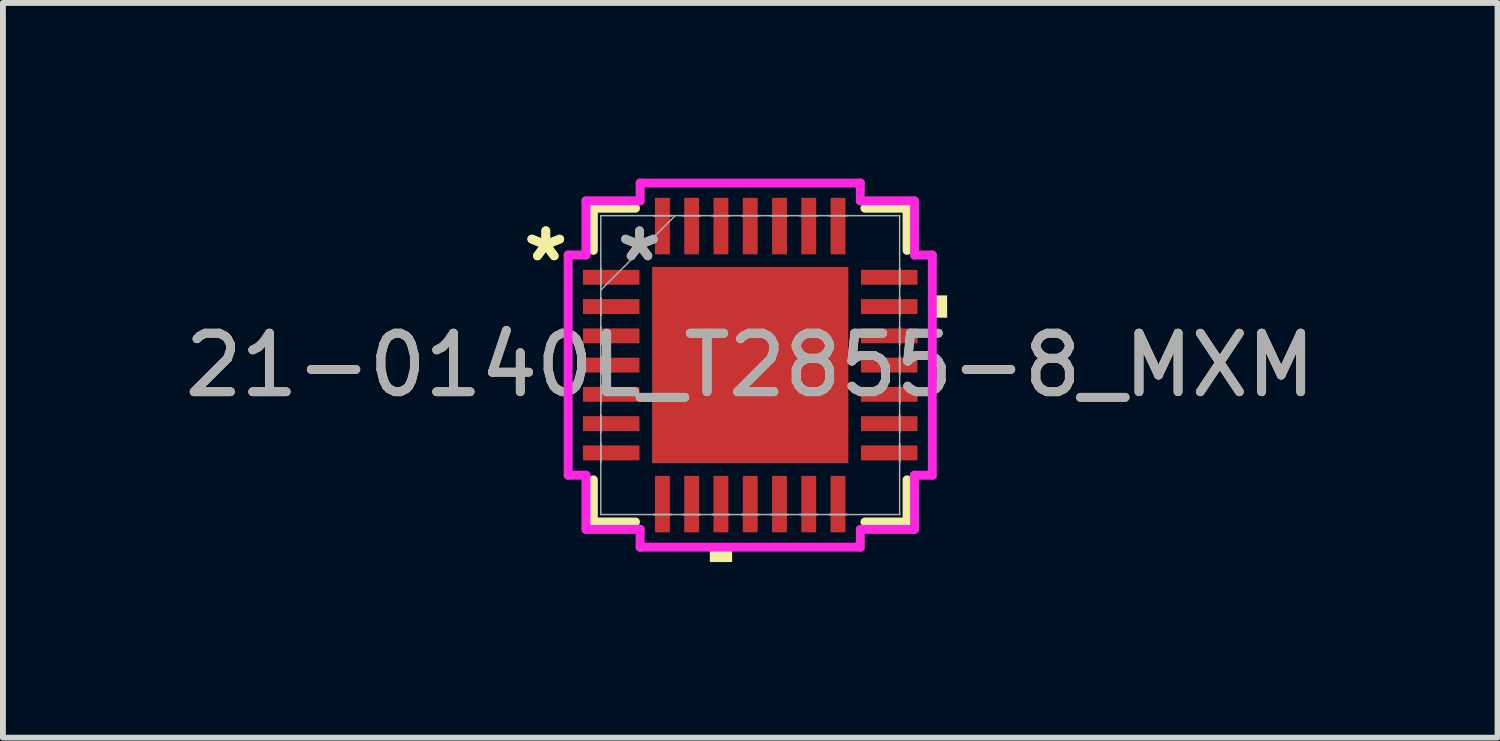
<source format=kicad_pcb>
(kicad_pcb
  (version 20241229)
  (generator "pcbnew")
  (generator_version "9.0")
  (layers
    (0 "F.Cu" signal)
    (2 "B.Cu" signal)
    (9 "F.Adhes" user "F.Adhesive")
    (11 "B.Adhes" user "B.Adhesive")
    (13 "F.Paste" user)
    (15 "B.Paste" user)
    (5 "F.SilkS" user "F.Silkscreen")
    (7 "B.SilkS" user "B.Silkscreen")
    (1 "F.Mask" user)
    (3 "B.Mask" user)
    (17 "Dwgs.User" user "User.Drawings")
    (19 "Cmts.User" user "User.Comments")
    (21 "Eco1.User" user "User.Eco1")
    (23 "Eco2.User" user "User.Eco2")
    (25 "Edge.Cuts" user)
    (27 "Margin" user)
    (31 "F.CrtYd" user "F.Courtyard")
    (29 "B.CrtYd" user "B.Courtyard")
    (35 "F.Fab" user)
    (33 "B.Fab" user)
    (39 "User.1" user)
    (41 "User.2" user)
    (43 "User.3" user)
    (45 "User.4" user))
  (footprint "21-0140L_T2855-8_MXM"
    (layer "F.Cu")
    (at 9.768 3.188)
    (property "Reference" "21-0140L_T2855-8_MXM" (at 0 0 0) (unlocked yes) (layer "F.SilkS") (effects (font (size 1 1) (thickness 0.15))))
    (attr smd)
    (fp_line (start -2.68 -2.68) (end -2.68 -1.96) (stroke (width 0.152) (type solid)) (layer "F.SilkS"))
    (fp_line (start -2.68 1.96) (end -2.68 2.68) (stroke (width 0.152) (type solid)) (layer "F.SilkS"))
    (fp_line (start -2.68 2.68) (end -1.96 2.68) (stroke (width 0.152) (type solid)) (layer "F.SilkS"))
    (fp_line (start -1.96 -2.68) (end -2.68 -2.68) (stroke (width 0.152) (type solid)) (layer "F.SilkS"))
    (fp_line (start 1.96 2.68) (end 2.68 2.68) (stroke (width 0.152) (type solid)) (layer "F.SilkS"))
    (fp_line (start 2.68 -2.68) (end 1.96 -2.68) (stroke (width 0.152) (type solid)) (layer "F.SilkS"))
    (fp_line (start 2.68 -1.96) (end 2.68 -2.68) (stroke (width 0.152) (type solid)) (layer "F.SilkS"))
    (fp_line (start 2.68 2.68) (end 2.68 1.96) (stroke (width 0.152) (type solid)) (layer "F.SilkS"))
    (fp_poly (pts (xy -0.69 3.111) (xy -0.69 3.365) (xy -0.309 3.365) (xy -0.309 3.111)) (stroke (width 0) (type solid)) (fill yes) (layer "F.SilkS"))
    (fp_poly (pts (xy 3.365 -1.191) (xy 3.365 -0.81) (xy 3.111 -0.81) (xy 3.111 -1.191)) (stroke (width 0) (type solid)) (fill yes) (layer "F.SilkS"))
    (fp_poly (pts (xy -1.576 -1.576) (xy -1.576 -0.1) (xy -0.1 -0.1) (xy -0.1 -1.576)) (stroke (width 0) (type solid)) (fill yes) (layer "F.Paste"))
    (fp_poly (pts (xy -1.576 0.1) (xy -1.576 1.576) (xy -0.1 1.576) (xy -0.1 0.1)) (stroke (width 0) (type solid)) (fill yes) (layer "F.Paste"))
    (fp_poly (pts (xy 0.1 -1.576) (xy 0.1 -0.1) (xy 1.576 -0.1) (xy 1.576 -1.576)) (stroke (width 0) (type solid)) (fill yes) (layer "F.Paste"))
    (fp_poly (pts (xy 0.1 0.1) (xy 0.1 1.576) (xy 1.576 1.576) (xy 1.576 0.1)) (stroke (width 0) (type solid)) (fill yes) (layer "F.Paste"))
    (fp_line (start -3.111 -1.881) (end -2.807 -1.881) (stroke (width 0.152) (type solid)) (layer "F.CrtYd"))
    (fp_line (start -3.111 1.881) (end -3.111 -1.881) (stroke (width 0.152) (type solid)) (layer "F.CrtYd"))
    (fp_line (start -2.807 -2.807) (end -1.881 -2.807) (stroke (width 0.152) (type solid)) (layer "F.CrtYd"))
    (fp_line (start -2.807 -1.881) (end -2.807 -2.807) (stroke (width 0.152) (type solid)) (layer "F.CrtYd"))
    (fp_line (start -2.807 1.881) (end -3.111 1.881) (stroke (width 0.152) (type solid)) (layer "F.CrtYd"))
    (fp_line (start -2.807 2.807) (end -2.807 1.881) (stroke (width 0.152) (type solid)) (layer "F.CrtYd"))
    (fp_line (start -1.881 -3.111) (end 1.881 -3.111) (stroke (width 0.152) (type solid)) (layer "F.CrtYd"))
    (fp_line (start -1.881 -2.807) (end -1.881 -3.111) (stroke (width 0.152) (type solid)) (layer "F.CrtYd"))
    (fp_line (start -1.881 2.807) (end -2.807 2.807) (stroke (width 0.152) (type solid)) (layer "F.CrtYd"))
    (fp_line (start -1.881 3.111) (end -1.881 2.807) (stroke (width 0.152) (type solid)) (layer "F.CrtYd"))
    (fp_line (start 1.881 -3.111) (end 1.881 -2.807) (stroke (width 0.152) (type solid)) (layer "F.CrtYd"))
    (fp_line (start 1.881 -2.807) (end 2.807 -2.807) (stroke (width 0.152) (type solid)) (layer "F.CrtYd"))
    (fp_line (start 1.881 2.807) (end 1.881 3.111) (stroke (width 0.152) (type solid)) (layer "F.CrtYd"))
    (fp_line (start 1.881 3.111) (end -1.881 3.111) (stroke (width 0.152) (type solid)) (layer "F.CrtYd"))
    (fp_line (start 2.807 -2.807) (end 2.807 -1.881) (stroke (width 0.152) (type solid)) (layer "F.CrtYd"))
    (fp_line (start 2.807 -1.881) (end 3.111 -1.881) (stroke (width 0.152) (type solid)) (layer "F.CrtYd"))
    (fp_line (start 2.807 1.881) (end 2.807 2.807) (stroke (width 0.152) (type solid)) (layer "F.CrtYd"))
    (fp_line (start 2.807 2.807) (end 1.881 2.807) (stroke (width 0.152) (type solid)) (layer "F.CrtYd"))
    (fp_line (start 3.111 -1.881) (end 3.111 1.881) (stroke (width 0.152) (type solid)) (layer "F.CrtYd"))
    (fp_line (start 3.111 1.881) (end 2.807 1.881) (stroke (width 0.152) (type solid)) (layer "F.CrtYd"))
    (fp_line (start -2.553 -2.553) (end -2.553 -2.553) (stroke (width 0.025) (type solid)) (layer "F.Fab"))
    (fp_line (start -2.553 -2.553) (end -2.553 2.553) (stroke (width 0.025) (type solid)) (layer "F.Fab"))
    (fp_line (start -2.553 -1.652) (end -2.553 -1.652) (stroke (width 0.025) (type solid)) (layer "F.Fab"))
    (fp_line (start -2.553 -1.652) (end -2.553 -1.348) (stroke (width 0.025) (type solid)) (layer "F.Fab"))
    (fp_line (start -2.553 -1.348) (end -2.553 -1.652) (stroke (width 0.025) (type solid)) (layer "F.Fab"))
    (fp_line (start -2.553 -1.348) (end -2.553 -1.348) (stroke (width 0.025) (type solid)) (layer "F.Fab"))
    (fp_line (start -2.553 -1.283) (end -1.283 -2.553) (stroke (width 0.025) (type solid)) (layer "F.Fab"))
    (fp_line (start -2.553 -1.152) (end -2.553 -1.152) (stroke (width 0.025) (type solid)) (layer "F.Fab"))
    (fp_line (start -2.553 -1.152) (end -2.553 -0.848) (stroke (width 0.025) (type solid)) (layer "F.Fab"))
    (fp_line (start -2.553 -0.848) (end -2.553 -1.152) (stroke (width 0.025) (type solid)) (layer "F.Fab"))
    (fp_line (start -2.553 -0.848) (end -2.553 -0.848) (stroke (width 0.025) (type solid)) (layer "F.Fab"))
    (fp_line (start -2.553 -0.652) (end -2.553 -0.652) (stroke (width 0.025) (type solid)) (layer "F.Fab"))
    (fp_line (start -2.553 -0.652) (end -2.553 -0.348) (stroke (width 0.025) (type solid)) (layer "F.Fab"))
    (fp_line (start -2.553 -0.348) (end -2.553 -0.652) (stroke (width 0.025) (type solid)) (layer "F.Fab"))
    (fp_line (start -2.553 -0.348) (end -2.553 -0.348) (stroke (width 0.025) (type solid)) (layer "F.Fab"))
    (fp_line (start -2.553 -0.152) (end -2.553 -0.152) (stroke (width 0.025) (type solid)) (layer "F.Fab"))
    (fp_line (start -2.553 -0.152) (end -2.553 0.152) (stroke (width 0.025) (type solid)) (layer "F.Fab"))
    (fp_line (start -2.553 0.152) (end -2.553 -0.152) (stroke (width 0.025) (type solid)) (layer "F.Fab"))
    (fp_line (start -2.553 0.152) (end -2.553 0.152) (stroke (width 0.025) (type solid)) (layer "F.Fab"))
    (fp_line (start -2.553 0.348) (end -2.553 0.348) (stroke (width 0.025) (type solid)) (layer "F.Fab"))
    (fp_line (start -2.553 0.348) (end -2.553 0.652) (stroke (width 0.025) (type solid)) (layer "F.Fab"))
    (fp_line (start -2.553 0.652) (end -2.553 0.348) (stroke (width 0.025) (type solid)) (layer "F.Fab"))
    (fp_line (start -2.553 0.652) (end -2.553 0.652) (stroke (width 0.025) (type solid)) (layer "F.Fab"))
    (fp_line (start -2.553 0.848) (end -2.553 0.848) (stroke (width 0.025) (type solid)) (layer "F.Fab"))
    (fp_line (start -2.553 0.848) (end -2.553 1.152) (stroke (width 0.025) (type solid)) (layer "F.Fab"))
    (fp_line (start -2.553 1.152) (end -2.553 0.848) (stroke (width 0.025) (type solid)) (layer "F.Fab"))
    (fp_line (start -2.553 1.152) (end -2.553 1.152) (stroke (width 0.025) (type solid)) (layer "F.Fab"))
    (fp_line (start -2.553 1.348) (end -2.553 1.348) (stroke (width 0.025) (type solid)) (layer "F.Fab"))
    (fp_line (start -2.553 1.348) (end -2.553 1.652) (stroke (width 0.025) (type solid)) (layer "F.Fab"))
    (fp_line (start -2.553 1.652) (end -2.553 1.348) (stroke (width 0.025) (type solid)) (layer "F.Fab"))
    (fp_line (start -2.553 1.652) (end -2.553 1.652) (stroke (width 0.025) (type solid)) (layer "F.Fab"))
    (fp_line (start -2.553 2.553) (end -2.553 2.553) (stroke (width 0.025) (type solid)) (layer "F.Fab"))
    (fp_line (start -2.553 2.553) (end 2.553 2.553) (stroke (width 0.025) (type solid)) (layer "F.Fab"))
    (fp_line (start -1.652 -2.553) (end -1.652 -2.553) (stroke (width 0.025) (type solid)) (layer "F.Fab"))
    (fp_line (start -1.652 -2.553) (end -1.348 -2.553) (stroke (width 0.025) (type solid)) (layer "F.Fab"))
    (fp_line (start -1.652 2.553) (end -1.652 2.553) (stroke (width 0.025) (type solid)) (layer "F.Fab"))
    (fp_line (start -1.652 2.553) (end -1.348 2.553) (stroke (width 0.025) (type solid)) (layer "F.Fab"))
    (fp_line (start -1.348 -2.553) (end -1.652 -2.553) (stroke (width 0.025) (type solid)) (layer "F.Fab"))
    (fp_line (start -1.348 -2.553) (end -1.348 -2.553) (stroke (width 0.025) (type solid)) (layer "F.Fab"))
    (fp_line (start -1.348 2.553) (end -1.652 2.553) (stroke (width 0.025) (type solid)) (layer "F.Fab"))
    (fp_line (start -1.348 2.553) (end -1.348 2.553) (stroke (width 0.025) (type solid)) (layer "F.Fab"))
    (fp_line (start -1.152 -2.553) (end -1.152 -2.553) (stroke (width 0.025) (type solid)) (layer "F.Fab"))
    (fp_line (start -1.152 -2.553) (end -0.848 -2.553) (stroke (width 0.025) (type solid)) (layer "F.Fab"))
    (fp_line (start -1.152 2.553) (end -1.152 2.553) (stroke (width 0.025) (type solid)) (layer "F.Fab"))
    (fp_line (start -1.152 2.553) (end -0.848 2.553) (stroke (width 0.025) (type solid)) (layer "F.Fab"))
    (fp_line (start -0.848 -2.553) (end -1.152 -2.553) (stroke (width 0.025) (type solid)) (layer "F.Fab"))
    (fp_line (start -0.848 -2.553) (end -0.848 -2.553) (stroke (width 0.025) (type solid)) (layer "F.Fab"))
    (fp_line (start -0.848 2.553) (end -1.152 2.553) (stroke (width 0.025) (type solid)) (layer "F.Fab"))
    (fp_line (start -0.848 2.553) (end -0.848 2.553) (stroke (width 0.025) (type solid)) (layer "F.Fab"))
    (fp_line (start -0.652 -2.553) (end -0.652 -2.553) (stroke (width 0.025) (type solid)) (layer "F.Fab"))
    (fp_line (start -0.652 -2.553) (end -0.348 -2.553) (stroke (width 0.025) (type solid)) (layer "F.Fab"))
    (fp_line (start -0.652 2.553) (end -0.652 2.553) (stroke (width 0.025) (type solid)) (layer "F.Fab"))
    (fp_line (start -0.652 2.553) (end -0.348 2.553) (stroke (width 0.025) (type solid)) (layer "F.Fab"))
    (fp_line (start -0.348 -2.553) (end -0.652 -2.553) (stroke (width 0.025) (type solid)) (layer "F.Fab"))
    (fp_line (start -0.348 -2.553) (end -0.348 -2.553) (stroke (width 0.025) (type solid)) (layer "F.Fab"))
    (fp_line (start -0.348 2.553) (end -0.652 2.553) (stroke (width 0.025) (type solid)) (layer "F.Fab"))
    (fp_line (start -0.348 2.553) (end -0.348 2.553) (stroke (width 0.025) (type solid)) (layer "F.Fab"))
    (fp_line (start -0.152 -2.553) (end -0.152 -2.553) (stroke (width 0.025) (type solid)) (layer "F.Fab"))
    (fp_line (start -0.152 -2.553) (end 0.152 -2.553) (stroke (width 0.025) (type solid)) (layer "F.Fab"))
    (fp_line (start -0.152 2.553) (end -0.152 2.553) (stroke (width 0.025) (type solid)) (layer "F.Fab"))
    (fp_line (start -0.152 2.553) (end 0.152 2.553) (stroke (width 0.025) (type solid)) (layer "F.Fab"))
    (fp_line (start 0.152 -2.553) (end -0.152 -2.553) (stroke (width 0.025) (type solid)) (layer "F.Fab"))
    (fp_line (start 0.152 -2.553) (end 0.152 -2.553) (stroke (width 0.025) (type solid)) (layer "F.Fab"))
    (fp_line (start 0.152 2.553) (end -0.152 2.553) (stroke (width 0.025) (type solid)) (layer "F.Fab"))
    (fp_line (start 0.152 2.553) (end 0.152 2.553) (stroke (width 0.025) (type solid)) (layer "F.Fab"))
    (fp_line (start 0.348 -2.553) (end 0.348 -2.553) (stroke (width 0.025) (type solid)) (layer "F.Fab"))
    (fp_line (start 0.348 -2.553) (end 0.652 -2.553) (stroke (width 0.025) (type solid)) (layer "F.Fab"))
    (fp_line (start 0.348 2.553) (end 0.348 2.553) (stroke (width 0.025) (type solid)) (layer "F.Fab"))
    (fp_line (start 0.348 2.553) (end 0.652 2.553) (stroke (width 0.025) (type solid)) (layer "F.Fab"))
    (fp_line (start 0.652 -2.553) (end 0.348 -2.553) (stroke (width 0.025) (type solid)) (layer "F.Fab"))
    (fp_line (start 0.652 -2.553) (end 0.652 -2.553) (stroke (width 0.025) (type solid)) (layer "F.Fab"))
    (fp_line (start 0.652 2.553) (end 0.348 2.553) (stroke (width 0.025) (type solid)) (layer "F.Fab"))
    (fp_line (start 0.652 2.553) (end 0.652 2.553) (stroke (width 0.025) (type solid)) (layer "F.Fab"))
    (fp_line (start 0.848 -2.553) (end 0.848 -2.553) (stroke (width 0.025) (type solid)) (layer "F.Fab"))
    (fp_line (start 0.848 -2.553) (end 1.152 -2.553) (stroke (width 0.025) (type solid)) (layer "F.Fab"))
    (fp_line (start 0.848 2.553) (end 0.848 2.553) (stroke (width 0.025) (type solid)) (layer "F.Fab"))
    (fp_line (start 0.848 2.553) (end 1.152 2.553) (stroke (width 0.025) (type solid)) (layer "F.Fab"))
    (fp_line (start 1.152 -2.553) (end 0.848 -2.553) (stroke (width 0.025) (type solid)) (layer "F.Fab"))
    (fp_line (start 1.152 -2.553) (end 1.152 -2.553) (stroke (width 0.025) (type solid)) (layer "F.Fab"))
    (fp_line (start 1.152 2.553) (end 0.848 2.553) (stroke (width 0.025) (type solid)) (layer "F.Fab"))
    (fp_line (start 1.152 2.553) (end 1.152 2.553) (stroke (width 0.025) (type solid)) (layer "F.Fab"))
    (fp_line (start 1.348 -2.553) (end 1.348 -2.553) (stroke (width 0.025) (type solid)) (layer "F.Fab"))
    (fp_line (start 1.348 -2.553) (end 1.652 -2.553) (stroke (width 0.025) (type solid)) (layer "F.Fab"))
    (fp_line (start 1.348 2.553) (end 1.348 2.553) (stroke (width 0.025) (type solid)) (layer "F.Fab"))
    (fp_line (start 1.348 2.553) (end 1.652 2.553) (stroke (width 0.025) (type solid)) (layer "F.Fab"))
    (fp_line (start 1.652 -2.553) (end 1.348 -2.553) (stroke (width 0.025) (type solid)) (layer "F.Fab"))
    (fp_line (start 1.652 -2.553) (end 1.652 -2.553) (stroke (width 0.025) (type solid)) (layer "F.Fab"))
    (fp_line (start 1.652 2.553) (end 1.348 2.553) (stroke (width 0.025) (type solid)) (layer "F.Fab"))
    (fp_line (start 1.652 2.553) (end 1.652 2.553) (stroke (width 0.025) (type solid)) (layer "F.Fab"))
    (fp_line (start 2.553 -2.553) (end -2.553 -2.553) (stroke (width 0.025) (type solid)) (layer "F.Fab"))
    (fp_line (start 2.553 -2.553) (end 2.553 -2.553) (stroke (width 0.025) (type solid)) (layer "F.Fab"))
    (fp_line (start 2.553 -1.652) (end 2.553 -1.652) (stroke (width 0.025) (type solid)) (layer "F.Fab"))
    (fp_line (start 2.553 -1.652) (end 2.553 -1.348) (stroke (width 0.025) (type solid)) (layer "F.Fab"))
    (fp_line (start 2.553 -1.348) (end 2.553 -1.652) (stroke (width 0.025) (type solid)) (layer "F.Fab"))
    (fp_line (start 2.553 -1.348) (end 2.553 -1.348) (stroke (width 0.025) (type solid)) (layer "F.Fab"))
    (fp_line (start 2.553 -1.152) (end 2.553 -1.152) (stroke (width 0.025) (type solid)) (layer "F.Fab"))
    (fp_line (start 2.553 -1.152) (end 2.553 -0.848) (stroke (width 0.025) (type solid)) (layer "F.Fab"))
    (fp_line (start 2.553 -0.848) (end 2.553 -1.152) (stroke (width 0.025) (type solid)) (layer "F.Fab"))
    (fp_line (start 2.553 -0.848) (end 2.553 -0.848) (stroke (width 0.025) (type solid)) (layer "F.Fab"))
    (fp_line (start 2.553 -0.652) (end 2.553 -0.652) (stroke (width 0.025) (type solid)) (layer "F.Fab"))
    (fp_line (start 2.553 -0.652) (end 2.553 -0.348) (stroke (width 0.025) (type solid)) (layer "F.Fab"))
    (fp_line (start 2.553 -0.348) (end 2.553 -0.652) (stroke (width 0.025) (type solid)) (layer "F.Fab"))
    (fp_line (start 2.553 -0.348) (end 2.553 -0.348) (stroke (width 0.025) (type solid)) (layer "F.Fab"))
    (fp_line (start 2.553 -0.152) (end 2.553 -0.152) (stroke (width 0.025) (type solid)) (layer "F.Fab"))
    (fp_line (start 2.553 -0.152) (end 2.553 0.152) (stroke (width 0.025) (type solid)) (layer "F.Fab"))
    (fp_line (start 2.553 0.152) (end 2.553 -0.152) (stroke (width 0.025) (type solid)) (layer "F.Fab"))
    (fp_line (start 2.553 0.152) (end 2.553 0.152) (stroke (width 0.025) (type solid)) (layer "F.Fab"))
    (fp_line (start 2.553 0.348) (end 2.553 0.348) (stroke (width 0.025) (type solid)) (layer "F.Fab"))
    (fp_line (start 2.553 0.348) (end 2.553 0.652) (stroke (width 0.025) (type solid)) (layer "F.Fab"))
    (fp_line (start 2.553 0.652) (end 2.553 0.348) (stroke (width 0.025) (type solid)) (layer "F.Fab"))
    (fp_line (start 2.553 0.652) (end 2.553 0.652) (stroke (width 0.025) (type solid)) (layer "F.Fab"))
    (fp_line (start 2.553 0.848) (end 2.553 0.848) (stroke (width 0.025) (type solid)) (layer "F.Fab"))
    (fp_line (start 2.553 0.848) (end 2.553 1.152) (stroke (width 0.025) (type solid)) (layer "F.Fab"))
    (fp_line (start 2.553 1.152) (end 2.553 0.848) (stroke (width 0.025) (type solid)) (layer "F.Fab"))
    (fp_line (start 2.553 1.152) (end 2.553 1.152) (stroke (width 0.025) (type solid)) (layer "F.Fab"))
    (fp_line (start 2.553 1.348) (end 2.553 1.348) (stroke (width 0.025) (type solid)) (layer "F.Fab"))
    (fp_line (start 2.553 1.348) (end 2.553 1.652) (stroke (width 0.025) (type solid)) (layer "F.Fab"))
    (fp_line (start 2.553 1.652) (end 2.553 1.348) (stroke (width 0.025) (type solid)) (layer "F.Fab"))
    (fp_line (start 2.553 1.652) (end 2.553 1.652) (stroke (width 0.025) (type solid)) (layer "F.Fab"))
    (fp_line (start 2.553 2.553) (end 2.553 -2.553) (stroke (width 0.025) (type solid)) (layer "F.Fab"))
    (fp_line (start 2.553 2.553) (end 2.553 2.553) (stroke (width 0.025) (type solid)) (layer "F.Fab"))
    (fp_text user "*" (at -3.493 -1.75 0) (unlocked yes) (layer "F.SilkS") (effects (font (size 1 1) (thickness 0.15))))
    (fp_text user "*" (at -3.493 -1.75 0) (layer "F.SilkS") (effects (font (size 1 1) (thickness 0.15))))
    (fp_text user "*" (at -1.892 -1.75 0) (unlocked yes) (layer "F.Fab") (effects (font (size 1 1) (thickness 0.15))))
    (fp_text user "*" (at -1.892 -1.75 0) (layer "F.Fab") (effects (font (size 1 1) (thickness 0.15))))
    (fp_text user "${REFERENCE}" (at 0 0 0) (unlocked yes) (layer "F.Fab") (effects (font (size 1 1) (thickness 0.15))))
    (pad "1" smd rect (at -2.375 -1.5 90) (size 0.254 0.965) (layers "F.Cu" "F.Mask" "F.Paste"))
    (pad "2" smd rect (at -2.375 -1 90) (size 0.254 0.965) (layers "F.Cu" "F.Mask" "F.Paste"))
    (pad "3" smd rect (at -2.375 -0.5 90) (size 0.254 0.965) (layers "F.Cu" "F.Mask" "F.Paste"))
    (pad "4" smd rect (at -2.375 0 90) (size 0.254 0.965) (layers "F.Cu" "F.Mask" "F.Paste"))
    (pad "5" smd rect (at -2.375 0.5 90) (size 0.254 0.965) (layers "F.Cu" "F.Mask" "F.Paste"))
    (pad "6" smd rect (at -2.375 1 90) (size 0.254 0.965) (layers "F.Cu" "F.Mask" "F.Paste"))
    (pad "7" smd rect (at -2.375 1.5 90) (size 0.254 0.965) (layers "F.Cu" "F.Mask" "F.Paste"))
    (pad "8" smd rect (at -1.5 2.375) (size 0.254 0.965) (layers "F.Cu" "F.Mask" "F.Paste"))
    (pad "9" smd rect (at -1 2.375) (size 0.254 0.965) (layers "F.Cu" "F.Mask" "F.Paste"))
    (pad "10" smd rect (at -0.5 2.375) (size 0.254 0.965) (layers "F.Cu" "F.Mask" "F.Paste"))
    (pad "11" smd rect (at 0 2.375) (size 0.254 0.965) (layers "F.Cu" "F.Mask" "F.Paste"))
    (pad "12" smd rect (at 0.5 2.375) (size 0.254 0.965) (layers "F.Cu" "F.Mask" "F.Paste"))
    (pad "13" smd rect (at 1 2.375) (size 0.254 0.965) (layers "F.Cu" "F.Mask" "F.Paste"))
    (pad "14" smd rect (at 1.5 2.375) (size 0.254 0.965) (layers "F.Cu" "F.Mask" "F.Paste"))
    (pad "15" smd rect (at 2.375 1.5 90) (size 0.254 0.965) (layers "F.Cu" "F.Mask" "F.Paste"))
    (pad "16" smd rect (at 2.375 1 90) (size 0.254 0.965) (layers "F.Cu" "F.Mask" "F.Paste"))
    (pad "17" smd rect (at 2.375 0.5 90) (size 0.254 0.965) (layers "F.Cu" "F.Mask" "F.Paste"))
    (pad "18" smd rect (at 2.375 0 90) (size 0.254 0.965) (layers "F.Cu" "F.Mask" "F.Paste"))
    (pad "19" smd rect (at 2.375 -0.5 90) (size 0.254 0.965) (layers "F.Cu" "F.Mask" "F.Paste"))
    (pad "20" smd rect (at 2.375 -1 90) (size 0.254 0.965) (layers "F.Cu" "F.Mask" "F.Paste"))
    (pad "21" smd rect (at 2.375 -1.5 90) (size 0.254 0.965) (layers "F.Cu" "F.Mask" "F.Paste"))
    (pad "22" smd rect (at 1.5 -2.375) (size 0.254 0.965) (layers "F.Cu" "F.Mask" "F.Paste"))
    (pad "23" smd rect (at 1 -2.375) (size 0.254 0.965) (layers "F.Cu" "F.Mask" "F.Paste"))
    (pad "24" smd rect (at 0.5 -2.375) (size 0.254 0.965) (layers "F.Cu" "F.Mask" "F.Paste"))
    (pad "25" smd rect (at 0 -2.375) (size 0.254 0.965) (layers "F.Cu" "F.Mask" "F.Paste"))
    (pad "26" smd rect (at -0.5 -2.375) (size 0.254 0.965) (layers "F.Cu" "F.Mask" "F.Paste"))
    (pad "27" smd rect (at -1 -2.375) (size 0.254 0.965) (layers "F.Cu" "F.Mask" "F.Paste"))
    (pad "28" smd rect (at -1.5 -2.375) (size 0.254 0.965) (layers "F.Cu" "F.Mask" "F.Paste"))
    (pad "29" smd rect (at 0 0) (size 3.353 3.353) (layers "F.Cu" "F.Mask" "F.Paste")))
  (gr_rect
    (start -3 -3)
    (end 22.536 9.553)
    (stroke (width 0.1) (type default))
    (fill no)
    (layer "Edge.Cuts")))
</source>
